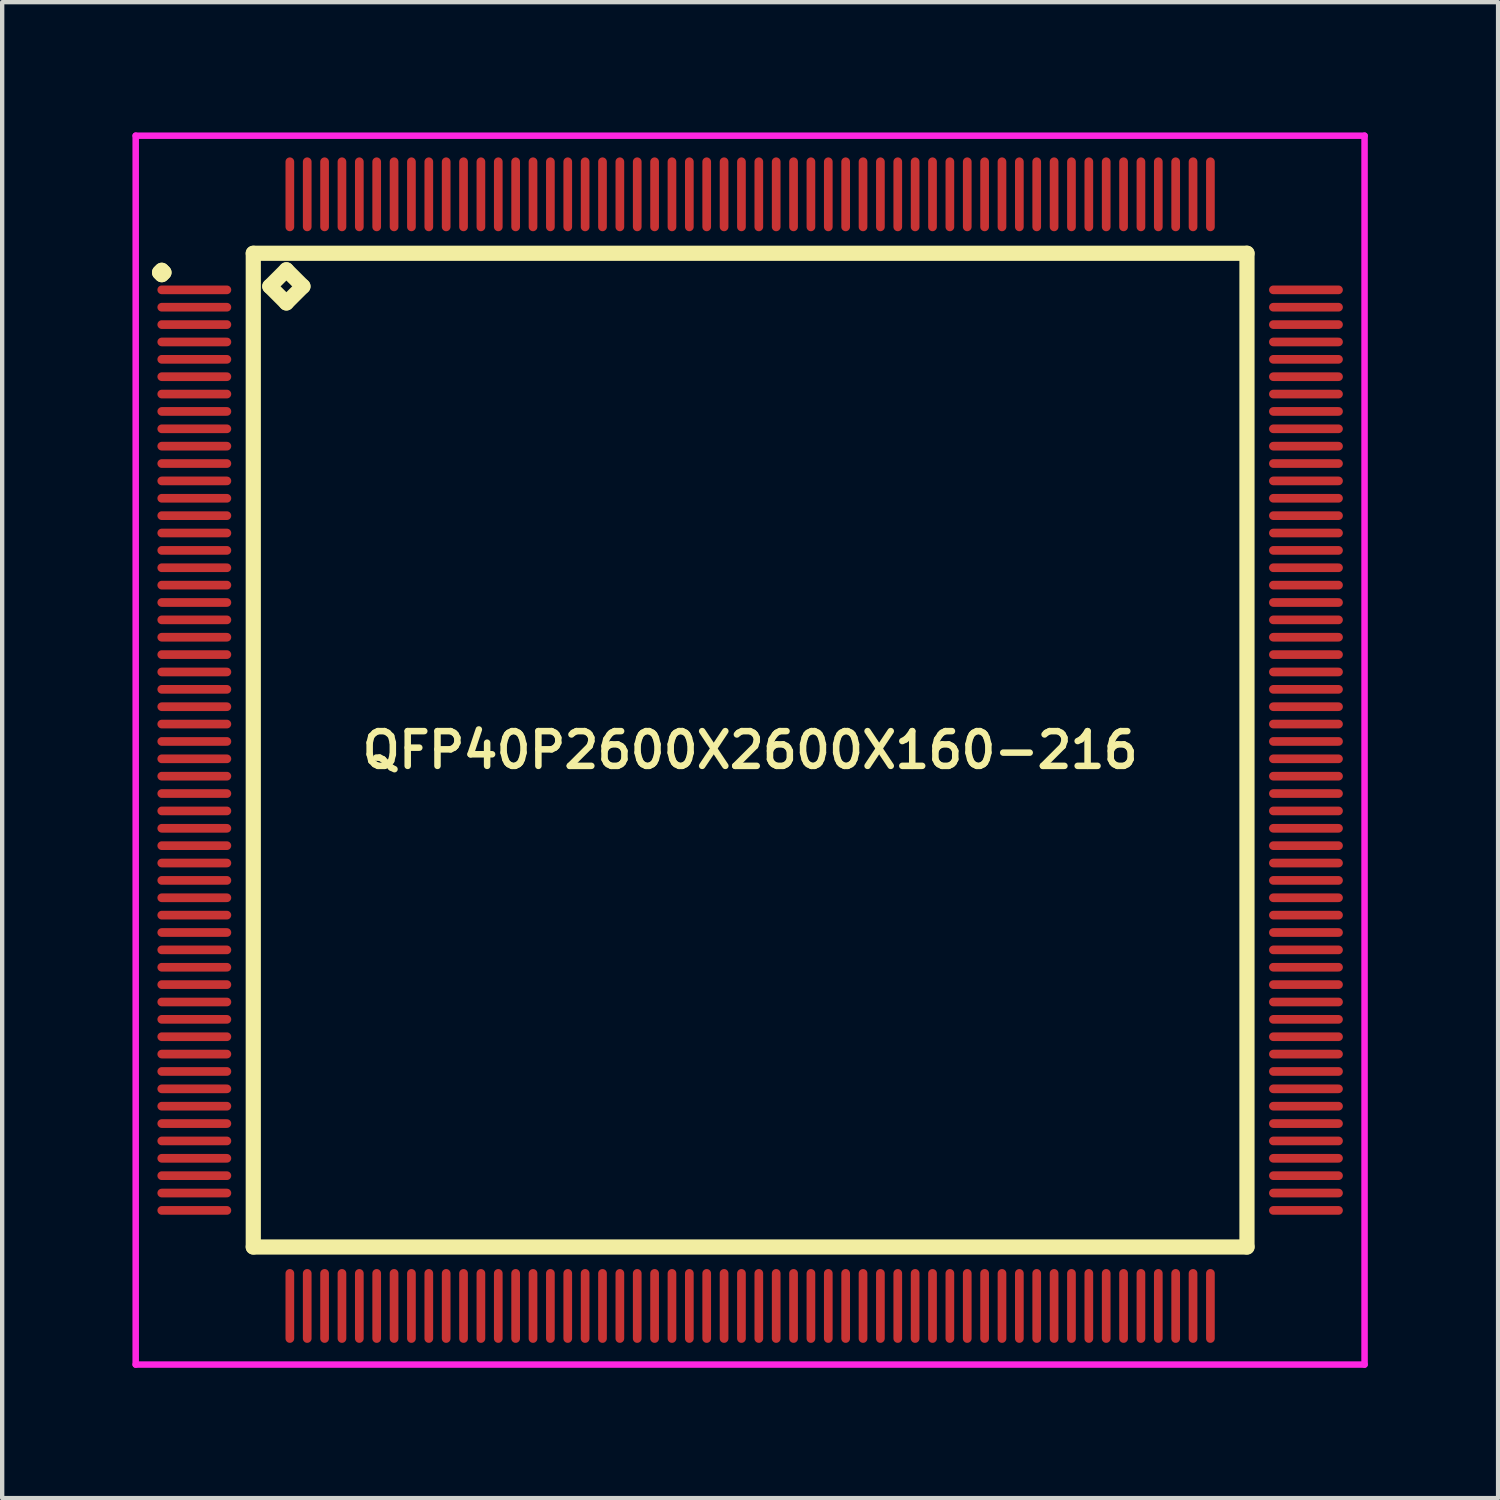
<source format=kicad_pcb>
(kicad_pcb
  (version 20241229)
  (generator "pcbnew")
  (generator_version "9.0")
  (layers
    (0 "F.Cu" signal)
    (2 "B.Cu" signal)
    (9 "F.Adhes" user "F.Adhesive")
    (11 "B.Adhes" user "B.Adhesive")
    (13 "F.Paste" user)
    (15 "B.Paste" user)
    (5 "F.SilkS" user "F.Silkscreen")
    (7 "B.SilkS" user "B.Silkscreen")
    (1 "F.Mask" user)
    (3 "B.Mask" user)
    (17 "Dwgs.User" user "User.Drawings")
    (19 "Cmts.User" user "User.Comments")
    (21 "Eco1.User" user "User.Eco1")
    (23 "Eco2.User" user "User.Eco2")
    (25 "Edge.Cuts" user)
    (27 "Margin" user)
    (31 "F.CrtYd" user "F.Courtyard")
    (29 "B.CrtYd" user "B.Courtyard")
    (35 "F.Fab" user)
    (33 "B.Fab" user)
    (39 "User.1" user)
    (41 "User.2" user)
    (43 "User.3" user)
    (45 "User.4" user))
  (footprint "QFP40P2600X2600X160-216"
    (layer "F.Cu")
    (at 14.225 14.225)
    (property "Reference" "QFP40P2600X2600X160-216" (at 0 0 0) (layer "F.SilkS") (effects (font (size 0.8 0.8) (thickness 0.15))))
    (attr smd)
    (fp_line (start -13.6 -11) (end -13.55 -11.05) (stroke (width 0.35) (type solid)) (layer "F.SilkS"))
    (fp_line (start -13.55 -11.05) (end -13.5 -11) (stroke (width 0.35) (type solid)) (layer "F.SilkS"))
    (fp_line (start -13.55 -10.95) (end -13.6 -11) (stroke (width 0.35) (type solid)) (layer "F.SilkS"))
    (fp_line (start -13.5 -11) (end -13.55 -10.95) (stroke (width 0.35) (type solid)) (layer "F.SilkS"))
    (fp_line (start -11.442 -11.442) (end -11.442 11.442) (stroke (width 0.35) (type solid)) (layer "F.SilkS"))
    (fp_line (start -11.442 11.442) (end 11.442 11.442) (stroke (width 0.35) (type solid)) (layer "F.SilkS"))
    (fp_line (start -11.061 -10.68) (end -10.68 -11.061) (stroke (width 0.35) (type solid)) (layer "F.SilkS"))
    (fp_line (start -10.68 -11.061) (end -10.299 -10.68) (stroke (width 0.35) (type solid)) (layer "F.SilkS"))
    (fp_line (start -10.68 -10.299) (end -11.061 -10.68) (stroke (width 0.35) (type solid)) (layer "F.SilkS"))
    (fp_line (start -10.299 -10.68) (end -10.68 -10.299) (stroke (width 0.35) (type solid)) (layer "F.SilkS"))
    (fp_line (start 11.442 -11.442) (end -11.442 -11.442) (stroke (width 0.35) (type solid)) (layer "F.SilkS"))
    (fp_line (start 11.442 11.442) (end 11.442 -11.442) (stroke (width 0.35) (type solid)) (layer "F.SilkS"))
    (fp_line (start -14.15 -14.15) (end 14.15 -14.15) (stroke (width 0.15) (type solid)) (layer "F.CrtYd"))
    (fp_line (start -14.15 14.15) (end -14.15 -14.15) (stroke (width 0.15) (type solid)) (layer "F.CrtYd"))
    (fp_line (start 14.15 -14.15) (end 14.15 14.15) (stroke (width 0.15) (type solid)) (layer "F.CrtYd"))
    (fp_line (start 14.15 14.15) (end -14.15 14.15) (stroke (width 0.15) (type solid)) (layer "F.CrtYd"))
    (pad "1" smd oval (at -12.8 -10.6) (size 1.7 0.2) (layers "F.Cu" "F.Mask" "F.Paste"))
    (pad "2" smd oval (at -12.8 -10.2) (size 1.7 0.2) (layers "F.Cu" "F.Mask" "F.Paste"))
    (pad "3" smd oval (at -12.8 -9.8) (size 1.7 0.2) (layers "F.Cu" "F.Mask" "F.Paste"))
    (pad "4" smd oval (at -12.8 -9.4) (size 1.7 0.2) (layers "F.Cu" "F.Mask" "F.Paste"))
    (pad "5" smd oval (at -12.8 -9) (size 1.7 0.2) (layers "F.Cu" "F.Mask" "F.Paste"))
    (pad "6" smd oval (at -12.8 -8.6) (size 1.7 0.2) (layers "F.Cu" "F.Mask" "F.Paste"))
    (pad "7" smd oval (at -12.8 -8.2) (size 1.7 0.2) (layers "F.Cu" "F.Mask" "F.Paste"))
    (pad "8" smd oval (at -12.8 -7.8) (size 1.7 0.2) (layers "F.Cu" "F.Mask" "F.Paste"))
    (pad "9" smd oval (at -12.8 -7.4) (size 1.7 0.2) (layers "F.Cu" "F.Mask" "F.Paste"))
    (pad "10" smd oval (at -12.8 -7) (size 1.7 0.2) (layers "F.Cu" "F.Mask" "F.Paste"))
    (pad "11" smd oval (at -12.8 -6.6) (size 1.7 0.2) (layers "F.Cu" "F.Mask" "F.Paste"))
    (pad "12" smd oval (at -12.8 -6.2) (size 1.7 0.2) (layers "F.Cu" "F.Mask" "F.Paste"))
    (pad "13" smd oval (at -12.8 -5.8) (size 1.7 0.2) (layers "F.Cu" "F.Mask" "F.Paste"))
    (pad "14" smd oval (at -12.8 -5.4) (size 1.7 0.2) (layers "F.Cu" "F.Mask" "F.Paste"))
    (pad "15" smd oval (at -12.8 -5) (size 1.7 0.2) (layers "F.Cu" "F.Mask" "F.Paste"))
    (pad "16" smd oval (at -12.8 -4.6) (size 1.7 0.2) (layers "F.Cu" "F.Mask" "F.Paste"))
    (pad "17" smd oval (at -12.8 -4.2) (size 1.7 0.2) (layers "F.Cu" "F.Mask" "F.Paste"))
    (pad "18" smd oval (at -12.8 -3.8) (size 1.7 0.2) (layers "F.Cu" "F.Mask" "F.Paste"))
    (pad "19" smd oval (at -12.8 -3.4) (size 1.7 0.2) (layers "F.Cu" "F.Mask" "F.Paste"))
    (pad "20" smd oval (at -12.8 -3) (size 1.7 0.2) (layers "F.Cu" "F.Mask" "F.Paste"))
    (pad "21" smd oval (at -12.8 -2.6) (size 1.7 0.2) (layers "F.Cu" "F.Mask" "F.Paste"))
    (pad "22" smd oval (at -12.8 -2.2) (size 1.7 0.2) (layers "F.Cu" "F.Mask" "F.Paste"))
    (pad "23" smd oval (at -12.8 -1.8) (size 1.7 0.2) (layers "F.Cu" "F.Mask" "F.Paste"))
    (pad "24" smd oval (at -12.8 -1.4) (size 1.7 0.2) (layers "F.Cu" "F.Mask" "F.Paste"))
    (pad "25" smd oval (at -12.8 -1) (size 1.7 0.2) (layers "F.Cu" "F.Mask" "F.Paste"))
    (pad "26" smd oval (at -12.8 -0.6) (size 1.7 0.2) (layers "F.Cu" "F.Mask" "F.Paste"))
    (pad "27" smd oval (at -12.8 -0.2) (size 1.7 0.2) (layers "F.Cu" "F.Mask" "F.Paste"))
    (pad "28" smd oval (at -12.8 0.2) (size 1.7 0.2) (layers "F.Cu" "F.Mask" "F.Paste"))
    (pad "29" smd oval (at -12.8 0.6) (size 1.7 0.2) (layers "F.Cu" "F.Mask" "F.Paste"))
    (pad "30" smd oval (at -12.8 1) (size 1.7 0.2) (layers "F.Cu" "F.Mask" "F.Paste"))
    (pad "31" smd oval (at -12.8 1.4) (size 1.7 0.2) (layers "F.Cu" "F.Mask" "F.Paste"))
    (pad "32" smd oval (at -12.8 1.8) (size 1.7 0.2) (layers "F.Cu" "F.Mask" "F.Paste"))
    (pad "33" smd oval (at -12.8 2.2) (size 1.7 0.2) (layers "F.Cu" "F.Mask" "F.Paste"))
    (pad "34" smd oval (at -12.8 2.6) (size 1.7 0.2) (layers "F.Cu" "F.Mask" "F.Paste"))
    (pad "35" smd oval (at -12.8 3) (size 1.7 0.2) (layers "F.Cu" "F.Mask" "F.Paste"))
    (pad "36" smd oval (at -12.8 3.4) (size 1.7 0.2) (layers "F.Cu" "F.Mask" "F.Paste"))
    (pad "37" smd oval (at -12.8 3.8) (size 1.7 0.2) (layers "F.Cu" "F.Mask" "F.Paste"))
    (pad "38" smd oval (at -12.8 4.2) (size 1.7 0.2) (layers "F.Cu" "F.Mask" "F.Paste"))
    (pad "39" smd oval (at -12.8 4.6) (size 1.7 0.2) (layers "F.Cu" "F.Mask" "F.Paste"))
    (pad "40" smd oval (at -12.8 5) (size 1.7 0.2) (layers "F.Cu" "F.Mask" "F.Paste"))
    (pad "41" smd oval (at -12.8 5.4) (size 1.7 0.2) (layers "F.Cu" "F.Mask" "F.Paste"))
    (pad "42" smd oval (at -12.8 5.8) (size 1.7 0.2) (layers "F.Cu" "F.Mask" "F.Paste"))
    (pad "43" smd oval (at -12.8 6.2) (size 1.7 0.2) (layers "F.Cu" "F.Mask" "F.Paste"))
    (pad "44" smd oval (at -12.8 6.6) (size 1.7 0.2) (layers "F.Cu" "F.Mask" "F.Paste"))
    (pad "45" smd oval (at -12.8 7) (size 1.7 0.2) (layers "F.Cu" "F.Mask" "F.Paste"))
    (pad "46" smd oval (at -12.8 7.4) (size 1.7 0.2) (layers "F.Cu" "F.Mask" "F.Paste"))
    (pad "47" smd oval (at -12.8 7.8) (size 1.7 0.2) (layers "F.Cu" "F.Mask" "F.Paste"))
    (pad "48" smd oval (at -12.8 8.2) (size 1.7 0.2) (layers "F.Cu" "F.Mask" "F.Paste"))
    (pad "49" smd oval (at -12.8 8.6) (size 1.7 0.2) (layers "F.Cu" "F.Mask" "F.Paste"))
    (pad "50" smd oval (at -12.8 9) (size 1.7 0.2) (layers "F.Cu" "F.Mask" "F.Paste"))
    (pad "51" smd oval (at -12.8 9.4) (size 1.7 0.2) (layers "F.Cu" "F.Mask" "F.Paste"))
    (pad "52" smd oval (at -12.8 9.8) (size 1.7 0.2) (layers "F.Cu" "F.Mask" "F.Paste"))
    (pad "53" smd oval (at -12.8 10.2) (size 1.7 0.2) (layers "F.Cu" "F.Mask" "F.Paste"))
    (pad "54" smd oval (at -12.8 10.6) (size 1.7 0.2) (layers "F.Cu" "F.Mask" "F.Paste"))
    (pad "55" smd oval (at -10.6 12.8) (size 0.2 1.7) (layers "F.Cu" "F.Mask" "F.Paste"))
    (pad "56" smd oval (at -10.2 12.8) (size 0.2 1.7) (layers "F.Cu" "F.Mask" "F.Paste"))
    (pad "57" smd oval (at -9.8 12.8) (size 0.2 1.7) (layers "F.Cu" "F.Mask" "F.Paste"))
    (pad "58" smd oval (at -9.4 12.8) (size 0.2 1.7) (layers "F.Cu" "F.Mask" "F.Paste"))
    (pad "59" smd oval (at -9 12.8) (size 0.2 1.7) (layers "F.Cu" "F.Mask" "F.Paste"))
    (pad "60" smd oval (at -8.6 12.8) (size 0.2 1.7) (layers "F.Cu" "F.Mask" "F.Paste"))
    (pad "61" smd oval (at -8.2 12.8) (size 0.2 1.7) (layers "F.Cu" "F.Mask" "F.Paste"))
    (pad "62" smd oval (at -7.8 12.8) (size 0.2 1.7) (layers "F.Cu" "F.Mask" "F.Paste"))
    (pad "63" smd oval (at -7.4 12.8) (size 0.2 1.7) (layers "F.Cu" "F.Mask" "F.Paste"))
    (pad "64" smd oval (at -7 12.8) (size 0.2 1.7) (layers "F.Cu" "F.Mask" "F.Paste"))
    (pad "65" smd oval (at -6.6 12.8) (size 0.2 1.7) (layers "F.Cu" "F.Mask" "F.Paste"))
    (pad "66" smd oval (at -6.2 12.8) (size 0.2 1.7) (layers "F.Cu" "F.Mask" "F.Paste"))
    (pad "67" smd oval (at -5.8 12.8) (size 0.2 1.7) (layers "F.Cu" "F.Mask" "F.Paste"))
    (pad "68" smd oval (at -5.4 12.8) (size 0.2 1.7) (layers "F.Cu" "F.Mask" "F.Paste"))
    (pad "69" smd oval (at -5 12.8) (size 0.2 1.7) (layers "F.Cu" "F.Mask" "F.Paste"))
    (pad "70" smd oval (at -4.6 12.8) (size 0.2 1.7) (layers "F.Cu" "F.Mask" "F.Paste"))
    (pad "71" smd oval (at -4.2 12.8) (size 0.2 1.7) (layers "F.Cu" "F.Mask" "F.Paste"))
    (pad "72" smd oval (at -3.8 12.8) (size 0.2 1.7) (layers "F.Cu" "F.Mask" "F.Paste"))
    (pad "73" smd oval (at -3.4 12.8) (size 0.2 1.7) (layers "F.Cu" "F.Mask" "F.Paste"))
    (pad "74" smd oval (at -3 12.8) (size 0.2 1.7) (layers "F.Cu" "F.Mask" "F.Paste"))
    (pad "75" smd oval (at -2.6 12.8) (size 0.2 1.7) (layers "F.Cu" "F.Mask" "F.Paste"))
    (pad "76" smd oval (at -2.2 12.8) (size 0.2 1.7) (layers "F.Cu" "F.Mask" "F.Paste"))
    (pad "77" smd oval (at -1.8 12.8) (size 0.2 1.7) (layers "F.Cu" "F.Mask" "F.Paste"))
    (pad "78" smd oval (at -1.4 12.8) (size 0.2 1.7) (layers "F.Cu" "F.Mask" "F.Paste"))
    (pad "79" smd oval (at -1 12.8) (size 0.2 1.7) (layers "F.Cu" "F.Mask" "F.Paste"))
    (pad "80" smd oval (at -0.6 12.8) (size 0.2 1.7) (layers "F.Cu" "F.Mask" "F.Paste"))
    (pad "81" smd oval (at -0.2 12.8) (size 0.2 1.7) (layers "F.Cu" "F.Mask" "F.Paste"))
    (pad "82" smd oval (at 0.2 12.8) (size 0.2 1.7) (layers "F.Cu" "F.Mask" "F.Paste"))
    (pad "83" smd oval (at 0.6 12.8) (size 0.2 1.7) (layers "F.Cu" "F.Mask" "F.Paste"))
    (pad "84" smd oval (at 1 12.8) (size 0.2 1.7) (layers "F.Cu" "F.Mask" "F.Paste"))
    (pad "85" smd oval (at 1.4 12.8) (size 0.2 1.7) (layers "F.Cu" "F.Mask" "F.Paste"))
    (pad "86" smd oval (at 1.8 12.8) (size 0.2 1.7) (layers "F.Cu" "F.Mask" "F.Paste"))
    (pad "87" smd oval (at 2.2 12.8) (size 0.2 1.7) (layers "F.Cu" "F.Mask" "F.Paste"))
    (pad "88" smd oval (at 2.6 12.8) (size 0.2 1.7) (layers "F.Cu" "F.Mask" "F.Paste"))
    (pad "89" smd oval (at 3 12.8) (size 0.2 1.7) (layers "F.Cu" "F.Mask" "F.Paste"))
    (pad "90" smd oval (at 3.4 12.8) (size 0.2 1.7) (layers "F.Cu" "F.Mask" "F.Paste"))
    (pad "91" smd oval (at 3.8 12.8) (size 0.2 1.7) (layers "F.Cu" "F.Mask" "F.Paste"))
    (pad "92" smd oval (at 4.2 12.8) (size 0.2 1.7) (layers "F.Cu" "F.Mask" "F.Paste"))
    (pad "93" smd oval (at 4.6 12.8) (size 0.2 1.7) (layers "F.Cu" "F.Mask" "F.Paste"))
    (pad "94" smd oval (at 5 12.8) (size 0.2 1.7) (layers "F.Cu" "F.Mask" "F.Paste"))
    (pad "95" smd oval (at 5.4 12.8) (size 0.2 1.7) (layers "F.Cu" "F.Mask" "F.Paste"))
    (pad "96" smd oval (at 5.8 12.8) (size 0.2 1.7) (layers "F.Cu" "F.Mask" "F.Paste"))
    (pad "97" smd oval (at 6.2 12.8) (size 0.2 1.7) (layers "F.Cu" "F.Mask" "F.Paste"))
    (pad "98" smd oval (at 6.6 12.8) (size 0.2 1.7) (layers "F.Cu" "F.Mask" "F.Paste"))
    (pad "99" smd oval (at 7 12.8) (size 0.2 1.7) (layers "F.Cu" "F.Mask" "F.Paste"))
    (pad "100" smd oval (at 7.4 12.8) (size 0.2 1.7) (layers "F.Cu" "F.Mask" "F.Paste"))
    (pad "101" smd oval (at 7.8 12.8) (size 0.2 1.7) (layers "F.Cu" "F.Mask" "F.Paste"))
    (pad "102" smd oval (at 8.2 12.8) (size 0.2 1.7) (layers "F.Cu" "F.Mask" "F.Paste"))
    (pad "103" smd oval (at 8.6 12.8) (size 0.2 1.7) (layers "F.Cu" "F.Mask" "F.Paste"))
    (pad "104" smd oval (at 9 12.8) (size 0.2 1.7) (layers "F.Cu" "F.Mask" "F.Paste"))
    (pad "105" smd oval (at 9.4 12.8) (size 0.2 1.7) (layers "F.Cu" "F.Mask" "F.Paste"))
    (pad "106" smd oval (at 9.8 12.8) (size 0.2 1.7) (layers "F.Cu" "F.Mask" "F.Paste"))
    (pad "107" smd oval (at 10.2 12.8) (size 0.2 1.7) (layers "F.Cu" "F.Mask" "F.Paste"))
    (pad "108" smd oval (at 10.6 12.8) (size 0.2 1.7) (layers "F.Cu" "F.Mask" "F.Paste"))
    (pad "109" smd oval (at 12.8 10.6) (size 1.7 0.2) (layers "F.Cu" "F.Mask" "F.Paste"))
    (pad "110" smd oval (at 12.8 10.2) (size 1.7 0.2) (layers "F.Cu" "F.Mask" "F.Paste"))
    (pad "111" smd oval (at 12.8 9.8) (size 1.7 0.2) (layers "F.Cu" "F.Mask" "F.Paste"))
    (pad "112" smd oval (at 12.8 9.4) (size 1.7 0.2) (layers "F.Cu" "F.Mask" "F.Paste"))
    (pad "113" smd oval (at 12.8 9) (size 1.7 0.2) (layers "F.Cu" "F.Mask" "F.Paste"))
    (pad "114" smd oval (at 12.8 8.6) (size 1.7 0.2) (layers "F.Cu" "F.Mask" "F.Paste"))
    (pad "115" smd oval (at 12.8 8.2) (size 1.7 0.2) (layers "F.Cu" "F.Mask" "F.Paste"))
    (pad "116" smd oval (at 12.8 7.8) (size 1.7 0.2) (layers "F.Cu" "F.Mask" "F.Paste"))
    (pad "117" smd oval (at 12.8 7.4) (size 1.7 0.2) (layers "F.Cu" "F.Mask" "F.Paste"))
    (pad "118" smd oval (at 12.8 7) (size 1.7 0.2) (layers "F.Cu" "F.Mask" "F.Paste"))
    (pad "119" smd oval (at 12.8 6.6) (size 1.7 0.2) (layers "F.Cu" "F.Mask" "F.Paste"))
    (pad "120" smd oval (at 12.8 6.2) (size 1.7 0.2) (layers "F.Cu" "F.Mask" "F.Paste"))
    (pad "121" smd oval (at 12.8 5.8) (size 1.7 0.2) (layers "F.Cu" "F.Mask" "F.Paste"))
    (pad "122" smd oval (at 12.8 5.4) (size 1.7 0.2) (layers "F.Cu" "F.Mask" "F.Paste"))
    (pad "123" smd oval (at 12.8 5) (size 1.7 0.2) (layers "F.Cu" "F.Mask" "F.Paste"))
    (pad "124" smd oval (at 12.8 4.6) (size 1.7 0.2) (layers "F.Cu" "F.Mask" "F.Paste"))
    (pad "125" smd oval (at 12.8 4.2) (size 1.7 0.2) (layers "F.Cu" "F.Mask" "F.Paste"))
    (pad "126" smd oval (at 12.8 3.8) (size 1.7 0.2) (layers "F.Cu" "F.Mask" "F.Paste"))
    (pad "127" smd oval (at 12.8 3.4) (size 1.7 0.2) (layers "F.Cu" "F.Mask" "F.Paste"))
    (pad "128" smd oval (at 12.8 3) (size 1.7 0.2) (layers "F.Cu" "F.Mask" "F.Paste"))
    (pad "129" smd oval (at 12.8 2.6) (size 1.7 0.2) (layers "F.Cu" "F.Mask" "F.Paste"))
    (pad "130" smd oval (at 12.8 2.2) (size 1.7 0.2) (layers "F.Cu" "F.Mask" "F.Paste"))
    (pad "131" smd oval (at 12.8 1.8) (size 1.7 0.2) (layers "F.Cu" "F.Mask" "F.Paste"))
    (pad "132" smd oval (at 12.8 1.4) (size 1.7 0.2) (layers "F.Cu" "F.Mask" "F.Paste"))
    (pad "133" smd oval (at 12.8 1) (size 1.7 0.2) (layers "F.Cu" "F.Mask" "F.Paste"))
    (pad "134" smd oval (at 12.8 0.6) (size 1.7 0.2) (layers "F.Cu" "F.Mask" "F.Paste"))
    (pad "135" smd oval (at 12.8 0.2) (size 1.7 0.2) (layers "F.Cu" "F.Mask" "F.Paste"))
    (pad "136" smd oval (at 12.8 -0.2) (size 1.7 0.2) (layers "F.Cu" "F.Mask" "F.Paste"))
    (pad "137" smd oval (at 12.8 -0.6) (size 1.7 0.2) (layers "F.Cu" "F.Mask" "F.Paste"))
    (pad "138" smd oval (at 12.8 -1) (size 1.7 0.2) (layers "F.Cu" "F.Mask" "F.Paste"))
    (pad "139" smd oval (at 12.8 -1.4) (size 1.7 0.2) (layers "F.Cu" "F.Mask" "F.Paste"))
    (pad "140" smd oval (at 12.8 -1.8) (size 1.7 0.2) (layers "F.Cu" "F.Mask" "F.Paste"))
    (pad "141" smd oval (at 12.8 -2.2) (size 1.7 0.2) (layers "F.Cu" "F.Mask" "F.Paste"))
    (pad "142" smd oval (at 12.8 -2.6) (size 1.7 0.2) (layers "F.Cu" "F.Mask" "F.Paste"))
    (pad "143" smd oval (at 12.8 -3) (size 1.7 0.2) (layers "F.Cu" "F.Mask" "F.Paste"))
    (pad "144" smd oval (at 12.8 -3.4) (size 1.7 0.2) (layers "F.Cu" "F.Mask" "F.Paste"))
    (pad "145" smd oval (at 12.8 -3.8) (size 1.7 0.2) (layers "F.Cu" "F.Mask" "F.Paste"))
    (pad "146" smd oval (at 12.8 -4.2) (size 1.7 0.2) (layers "F.Cu" "F.Mask" "F.Paste"))
    (pad "147" smd oval (at 12.8 -4.6) (size 1.7 0.2) (layers "F.Cu" "F.Mask" "F.Paste"))
    (pad "148" smd oval (at 12.8 -5) (size 1.7 0.2) (layers "F.Cu" "F.Mask" "F.Paste"))
    (pad "149" smd oval (at 12.8 -5.4) (size 1.7 0.2) (layers "F.Cu" "F.Mask" "F.Paste"))
    (pad "150" smd oval (at 12.8 -5.8) (size 1.7 0.2) (layers "F.Cu" "F.Mask" "F.Paste"))
    (pad "151" smd oval (at 12.8 -6.2) (size 1.7 0.2) (layers "F.Cu" "F.Mask" "F.Paste"))
    (pad "152" smd oval (at 12.8 -6.6) (size 1.7 0.2) (layers "F.Cu" "F.Mask" "F.Paste"))
    (pad "153" smd oval (at 12.8 -7) (size 1.7 0.2) (layers "F.Cu" "F.Mask" "F.Paste"))
    (pad "154" smd oval (at 12.8 -7.4) (size 1.7 0.2) (layers "F.Cu" "F.Mask" "F.Paste"))
    (pad "155" smd oval (at 12.8 -7.8) (size 1.7 0.2) (layers "F.Cu" "F.Mask" "F.Paste"))
    (pad "156" smd oval (at 12.8 -8.2) (size 1.7 0.2) (layers "F.Cu" "F.Mask" "F.Paste"))
    (pad "157" smd oval (at 12.8 -8.6) (size 1.7 0.2) (layers "F.Cu" "F.Mask" "F.Paste"))
    (pad "158" smd oval (at 12.8 -9) (size 1.7 0.2) (layers "F.Cu" "F.Mask" "F.Paste"))
    (pad "159" smd oval (at 12.8 -9.4) (size 1.7 0.2) (layers "F.Cu" "F.Mask" "F.Paste"))
    (pad "160" smd oval (at 12.8 -9.8) (size 1.7 0.2) (layers "F.Cu" "F.Mask" "F.Paste"))
    (pad "161" smd oval (at 12.8 -10.2) (size 1.7 0.2) (layers "F.Cu" "F.Mask" "F.Paste"))
    (pad "162" smd oval (at 12.8 -10.6) (size 1.7 0.2) (layers "F.Cu" "F.Mask" "F.Paste"))
    (pad "163" smd oval (at 10.6 -12.8) (size 0.2 1.7) (layers "F.Cu" "F.Mask" "F.Paste"))
    (pad "164" smd oval (at 10.2 -12.8) (size 0.2 1.7) (layers "F.Cu" "F.Mask" "F.Paste"))
    (pad "165" smd oval (at 9.8 -12.8) (size 0.2 1.7) (layers "F.Cu" "F.Mask" "F.Paste"))
    (pad "166" smd oval (at 9.4 -12.8) (size 0.2 1.7) (layers "F.Cu" "F.Mask" "F.Paste"))
    (pad "167" smd oval (at 9 -12.8) (size 0.2 1.7) (layers "F.Cu" "F.Mask" "F.Paste"))
    (pad "168" smd oval (at 8.6 -12.8) (size 0.2 1.7) (layers "F.Cu" "F.Mask" "F.Paste"))
    (pad "169" smd oval (at 8.2 -12.8) (size 0.2 1.7) (layers "F.Cu" "F.Mask" "F.Paste"))
    (pad "170" smd oval (at 7.8 -12.8) (size 0.2 1.7) (layers "F.Cu" "F.Mask" "F.Paste"))
    (pad "171" smd oval (at 7.4 -12.8) (size 0.2 1.7) (layers "F.Cu" "F.Mask" "F.Paste"))
    (pad "172" smd oval (at 7 -12.8) (size 0.2 1.7) (layers "F.Cu" "F.Mask" "F.Paste"))
    (pad "173" smd oval (at 6.6 -12.8) (size 0.2 1.7) (layers "F.Cu" "F.Mask" "F.Paste"))
    (pad "174" smd oval (at 6.2 -12.8) (size 0.2 1.7) (layers "F.Cu" "F.Mask" "F.Paste"))
    (pad "175" smd oval (at 5.8 -12.8) (size 0.2 1.7) (layers "F.Cu" "F.Mask" "F.Paste"))
    (pad "176" smd oval (at 5.4 -12.8) (size 0.2 1.7) (layers "F.Cu" "F.Mask" "F.Paste"))
    (pad "177" smd oval (at 5 -12.8) (size 0.2 1.7) (layers "F.Cu" "F.Mask" "F.Paste"))
    (pad "178" smd oval (at 4.6 -12.8) (size 0.2 1.7) (layers "F.Cu" "F.Mask" "F.Paste"))
    (pad "179" smd oval (at 4.2 -12.8) (size 0.2 1.7) (layers "F.Cu" "F.Mask" "F.Paste"))
    (pad "180" smd oval (at 3.8 -12.8) (size 0.2 1.7) (layers "F.Cu" "F.Mask" "F.Paste"))
    (pad "181" smd oval (at 3.4 -12.8) (size 0.2 1.7) (layers "F.Cu" "F.Mask" "F.Paste"))
    (pad "182" smd oval (at 3 -12.8) (size 0.2 1.7) (layers "F.Cu" "F.Mask" "F.Paste"))
    (pad "183" smd oval (at 2.6 -12.8) (size 0.2 1.7) (layers "F.Cu" "F.Mask" "F.Paste"))
    (pad "184" smd oval (at 2.2 -12.8) (size 0.2 1.7) (layers "F.Cu" "F.Mask" "F.Paste"))
    (pad "185" smd oval (at 1.8 -12.8) (size 0.2 1.7) (layers "F.Cu" "F.Mask" "F.Paste"))
    (pad "186" smd oval (at 1.4 -12.8) (size 0.2 1.7) (layers "F.Cu" "F.Mask" "F.Paste"))
    (pad "187" smd oval (at 1 -12.8) (size 0.2 1.7) (layers "F.Cu" "F.Mask" "F.Paste"))
    (pad "188" smd oval (at 0.6 -12.8) (size 0.2 1.7) (layers "F.Cu" "F.Mask" "F.Paste"))
    (pad "189" smd oval (at 0.2 -12.8) (size 0.2 1.7) (layers "F.Cu" "F.Mask" "F.Paste"))
    (pad "190" smd oval (at -0.2 -12.8) (size 0.2 1.7) (layers "F.Cu" "F.Mask" "F.Paste"))
    (pad "191" smd oval (at -0.6 -12.8) (size 0.2 1.7) (layers "F.Cu" "F.Mask" "F.Paste"))
    (pad "192" smd oval (at -1 -12.8) (size 0.2 1.7) (layers "F.Cu" "F.Mask" "F.Paste"))
    (pad "193" smd oval (at -1.4 -12.8) (size 0.2 1.7) (layers "F.Cu" "F.Mask" "F.Paste"))
    (pad "194" smd oval (at -1.8 -12.8) (size 0.2 1.7) (layers "F.Cu" "F.Mask" "F.Paste"))
    (pad "195" smd oval (at -2.2 -12.8) (size 0.2 1.7) (layers "F.Cu" "F.Mask" "F.Paste"))
    (pad "196" smd oval (at -2.6 -12.8) (size 0.2 1.7) (layers "F.Cu" "F.Mask" "F.Paste"))
    (pad "197" smd oval (at -3 -12.8) (size 0.2 1.7) (layers "F.Cu" "F.Mask" "F.Paste"))
    (pad "198" smd oval (at -3.4 -12.8) (size 0.2 1.7) (layers "F.Cu" "F.Mask" "F.Paste"))
    (pad "199" smd oval (at -3.8 -12.8) (size 0.2 1.7) (layers "F.Cu" "F.Mask" "F.Paste"))
    (pad "200" smd oval (at -4.2 -12.8) (size 0.2 1.7) (layers "F.Cu" "F.Mask" "F.Paste"))
    (pad "201" smd oval (at -4.6 -12.8) (size 0.2 1.7) (layers "F.Cu" "F.Mask" "F.Paste"))
    (pad "202" smd oval (at -5 -12.8) (size 0.2 1.7) (layers "F.Cu" "F.Mask" "F.Paste"))
    (pad "203" smd oval (at -5.4 -12.8) (size 0.2 1.7) (layers "F.Cu" "F.Mask" "F.Paste"))
    (pad "204" smd oval (at -5.8 -12.8) (size 0.2 1.7) (layers "F.Cu" "F.Mask" "F.Paste"))
    (pad "205" smd oval (at -6.2 -12.8) (size 0.2 1.7) (layers "F.Cu" "F.Mask" "F.Paste"))
    (pad "206" smd oval (at -6.6 -12.8) (size 0.2 1.7) (layers "F.Cu" "F.Mask" "F.Paste"))
    (pad "207" smd oval (at -7 -12.8) (size 0.2 1.7) (layers "F.Cu" "F.Mask" "F.Paste"))
    (pad "208" smd oval (at -7.4 -12.8) (size 0.2 1.7) (layers "F.Cu" "F.Mask" "F.Paste"))
    (pad "209" smd oval (at -7.8 -12.8) (size 0.2 1.7) (layers "F.Cu" "F.Mask" "F.Paste"))
    (pad "210" smd oval (at -8.2 -12.8) (size 0.2 1.7) (layers "F.Cu" "F.Mask" "F.Paste"))
    (pad "211" smd oval (at -8.6 -12.8) (size 0.2 1.7) (layers "F.Cu" "F.Mask" "F.Paste"))
    (pad "212" smd oval (at -9 -12.8) (size 0.2 1.7) (layers "F.Cu" "F.Mask" "F.Paste"))
    (pad "213" smd oval (at -9.4 -12.8) (size 0.2 1.7) (layers "F.Cu" "F.Mask" "F.Paste"))
    (pad "214" smd oval (at -9.8 -12.8) (size 0.2 1.7) (layers "F.Cu" "F.Mask" "F.Paste"))
    (pad "215" smd oval (at -10.2 -12.8) (size 0.2 1.7) (layers "F.Cu" "F.Mask" "F.Paste"))
    (pad "216" smd oval (at -10.6 -12.8) (size 0.2 1.7) (layers "F.Cu" "F.Mask" "F.Paste")))
  (gr_rect
    (start -3 -3)
    (end 31.45 31.45)
    (stroke (width 0.1) (type default))
    (fill no)
    (layer "Edge.Cuts")))
</source>
